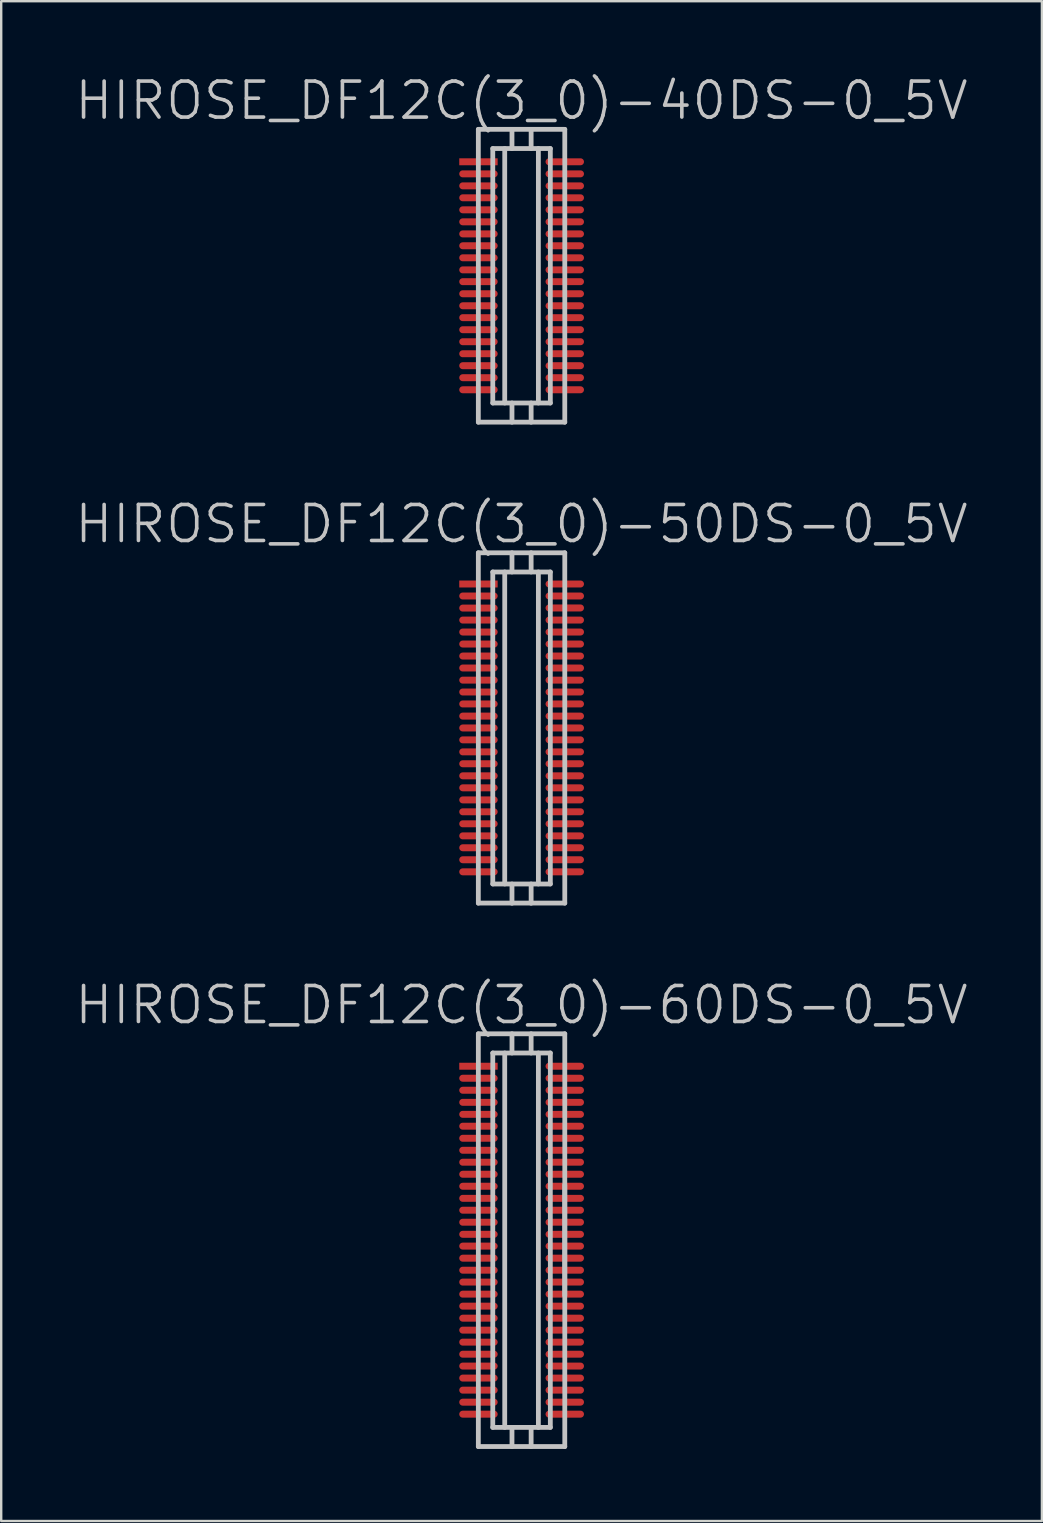
<source format=kicad_pcb>
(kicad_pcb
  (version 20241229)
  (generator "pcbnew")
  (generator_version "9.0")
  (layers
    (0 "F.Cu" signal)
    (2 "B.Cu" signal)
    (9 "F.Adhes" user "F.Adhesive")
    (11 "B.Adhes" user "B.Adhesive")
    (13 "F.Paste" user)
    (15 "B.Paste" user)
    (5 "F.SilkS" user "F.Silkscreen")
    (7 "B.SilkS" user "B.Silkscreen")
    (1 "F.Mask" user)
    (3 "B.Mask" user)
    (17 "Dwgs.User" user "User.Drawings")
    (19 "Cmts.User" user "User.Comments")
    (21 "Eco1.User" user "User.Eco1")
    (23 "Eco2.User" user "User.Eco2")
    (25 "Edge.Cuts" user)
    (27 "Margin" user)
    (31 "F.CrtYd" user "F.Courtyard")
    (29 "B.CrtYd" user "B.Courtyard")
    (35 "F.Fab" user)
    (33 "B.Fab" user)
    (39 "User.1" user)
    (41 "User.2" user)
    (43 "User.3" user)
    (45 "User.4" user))
  (footprint "HIROSE_DF12C(3_0)-40DS-0_5V"
    (layer "F.Cu")
    (at 18.682 8.441)
    (property "Reference" "HIROSE_DF12C(3_0)-40DS-0_5V" (at 0 -7.3 180) (layer "Dwgs.User") (effects (font (size 1.5 1.5) (thickness 0.15))))
    (attr smd)
    (fp_line (start -1.801 -6.101) (end 1.801 -6.101) (stroke (width 0.2) (type solid)) (layer "Dwgs.User"))
    (fp_line (start -1.801 6.101) (end -1.801 -6.101) (stroke (width 0.2) (type solid)) (layer "Dwgs.User"))
    (fp_line (start -1.199 -5.301) (end -1.199 5.301) (stroke (width 0.2) (type solid)) (layer "Dwgs.User"))
    (fp_line (start -1.199 -5.301) (end 1.199 -5.301) (stroke (width 0.2) (type solid)) (layer "Dwgs.User"))
    (fp_line (start -0.701 5.301) (end -0.701 -5.301) (stroke (width 0.2) (type solid)) (layer "Dwgs.User"))
    (fp_line (start -0.399 -5.301) (end -0.399 -6.101) (stroke (width 0.2) (type solid)) (layer "Dwgs.User"))
    (fp_line (start -0.399 6.101) (end -0.399 5.301) (stroke (width 0.2) (type solid)) (layer "Dwgs.User"))
    (fp_line (start 0.399 -5.301) (end 0.399 -6.101) (stroke (width 0.2) (type solid)) (layer "Dwgs.User"))
    (fp_line (start 0.399 5.301) (end 0.399 6.101) (stroke (width 0.2) (type solid)) (layer "Dwgs.User"))
    (fp_line (start 0.701 -5.301) (end 0.701 5.301) (stroke (width 0.2) (type solid)) (layer "Dwgs.User"))
    (fp_line (start 1.199 5.301) (end -1.199 5.301) (stroke (width 0.2) (type solid)) (layer "Dwgs.User"))
    (fp_line (start 1.199 5.301) (end 1.199 -5.301) (stroke (width 0.2) (type solid)) (layer "Dwgs.User"))
    (fp_line (start 1.801 -6.101) (end 1.801 6.101) (stroke (width 0.2) (type solid)) (layer "Dwgs.User"))
    (fp_line (start 1.801 6.099) (end -1.801 6.099) (stroke (width 0.2) (type solid)) (layer "Dwgs.User"))
    (pad "1" smd rect (at -1.796 -4.75 270) (size 0.29 1.6) (layers "F.Cu" "F.Mask" "F.Paste"))
    (pad "2" smd oval (at -1.796 -4.247 270) (size 0.29 1.6) (layers "F.Cu" "F.Mask" "F.Paste"))
    (pad "3" smd oval (at -1.796 -3.747 270) (size 0.29 1.6) (layers "F.Cu" "F.Mask" "F.Paste"))
    (pad "4" smd oval (at -1.796 -3.249 270) (size 0.29 1.6) (layers "F.Cu" "F.Mask" "F.Paste"))
    (pad "5" smd oval (at -1.796 -2.748 270) (size 0.29 1.6) (layers "F.Cu" "F.Mask" "F.Paste"))
    (pad "6" smd oval (at -1.796 -2.248 270) (size 0.29 1.6) (layers "F.Cu" "F.Mask" "F.Paste"))
    (pad "7" smd oval (at -1.796 -1.745 270) (size 0.29 1.6) (layers "F.Cu" "F.Mask" "F.Paste"))
    (pad "8" smd oval (at -1.796 -1.25 270) (size 0.29 1.6) (layers "F.Cu" "F.Mask" "F.Paste"))
    (pad "9" smd oval (at -1.796 -0.749 270) (size 0.29 1.6) (layers "F.Cu" "F.Mask" "F.Paste"))
    (pad "10" smd oval (at -1.796 -0.246 270) (size 0.29 1.6) (layers "F.Cu" "F.Mask" "F.Paste"))
    (pad "11" smd oval (at -1.796 0.246 270) (size 0.29 1.6) (layers "F.Cu" "F.Mask" "F.Paste"))
    (pad "12" smd oval (at -1.796 0.749 270) (size 0.29 1.6) (layers "F.Cu" "F.Mask" "F.Paste"))
    (pad "13" smd oval (at -1.796 1.25 270) (size 0.29 1.6) (layers "F.Cu" "F.Mask" "F.Paste"))
    (pad "14" smd oval (at -1.796 1.745 270) (size 0.29 1.6) (layers "F.Cu" "F.Mask" "F.Paste"))
    (pad "15" smd oval (at -1.796 2.248 270) (size 0.29 1.6) (layers "F.Cu" "F.Mask" "F.Paste"))
    (pad "16" smd oval (at -1.796 2.748 270) (size 0.29 1.6) (layers "F.Cu" "F.Mask" "F.Paste"))
    (pad "17" smd oval (at -1.796 3.249 270) (size 0.29 1.6) (layers "F.Cu" "F.Mask" "F.Paste"))
    (pad "18" smd oval (at -1.796 3.747 270) (size 0.29 1.6) (layers "F.Cu" "F.Mask" "F.Paste"))
    (pad "19" smd oval (at -1.796 4.247 270) (size 0.29 1.6) (layers "F.Cu" "F.Mask" "F.Paste"))
    (pad "20" smd oval (at -1.796 4.75 270) (size 0.29 1.6) (layers "F.Cu" "F.Mask" "F.Paste"))
    (pad "21" smd oval (at 1.801 4.75 270) (size 0.29 1.6) (layers "F.Cu" "F.Mask" "F.Paste"))
    (pad "22" smd oval (at 1.801 4.247 270) (size 0.29 1.6) (layers "F.Cu" "F.Mask" "F.Paste"))
    (pad "23" smd oval (at 1.801 3.747 270) (size 0.29 1.6) (layers "F.Cu" "F.Mask" "F.Paste"))
    (pad "24" smd oval (at 1.801 3.249 270) (size 0.29 1.6) (layers "F.Cu" "F.Mask" "F.Paste"))
    (pad "25" smd oval (at 1.801 2.748 270) (size 0.29 1.6) (layers "F.Cu" "F.Mask" "F.Paste"))
    (pad "26" smd oval (at 1.801 2.248 270) (size 0.29 1.6) (layers "F.Cu" "F.Mask" "F.Paste"))
    (pad "27" smd oval (at 1.801 1.745 270) (size 0.29 1.6) (layers "F.Cu" "F.Mask" "F.Paste"))
    (pad "28" smd oval (at 1.801 1.25 270) (size 0.29 1.6) (layers "F.Cu" "F.Mask" "F.Paste"))
    (pad "29" smd oval (at 1.801 0.749 270) (size 0.29 1.6) (layers "F.Cu" "F.Mask" "F.Paste"))
    (pad "30" smd oval (at 1.801 0.246 270) (size 0.29 1.6) (layers "F.Cu" "F.Mask" "F.Paste"))
    (pad "31" smd oval (at 1.801 -0.246 270) (size 0.29 1.6) (layers "F.Cu" "F.Mask" "F.Paste"))
    (pad "32" smd oval (at 1.801 -0.749 270) (size 0.29 1.6) (layers "F.Cu" "F.Mask" "F.Paste"))
    (pad "33" smd oval (at 1.801 -1.25 270) (size 0.29 1.6) (layers "F.Cu" "F.Mask" "F.Paste"))
    (pad "34" smd oval (at 1.801 -1.745 270) (size 0.29 1.6) (layers "F.Cu" "F.Mask" "F.Paste"))
    (pad "35" smd oval (at 1.801 -2.248 270) (size 0.29 1.6) (layers "F.Cu" "F.Mask" "F.Paste"))
    (pad "36" smd oval (at 1.801 -2.748 270) (size 0.29 1.6) (layers "F.Cu" "F.Mask" "F.Paste"))
    (pad "37" smd oval (at 1.801 -3.249 270) (size 0.29 1.6) (layers "F.Cu" "F.Mask" "F.Paste"))
    (pad "38" smd oval (at 1.801 -3.747 270) (size 0.29 1.6) (layers "F.Cu" "F.Mask" "F.Paste"))
    (pad "39" smd oval (at 1.801 -4.247 270) (size 0.29 1.6) (layers "F.Cu" "F.Mask" "F.Paste"))
    (pad "40" smd oval (at 1.801 -4.75 270) (size 0.29 1.6) (layers "F.Cu" "F.Mask" "F.Paste")))
  (footprint "HIROSE_DF12C(3_0)-50DS-0_5V"
    (layer "F.Cu")
    (at 18.682 27.283)
    (property "Reference" "HIROSE_DF12C(3_0)-50DS-0_5V" (at 0 -8.5 180) (layer "Dwgs.User") (effects (font (size 1.5 1.5) (thickness 0.15))))
    (attr smd)
    (fp_line (start -1.801 -7.3) (end -1.801 7.3) (stroke (width 0.2) (type solid)) (layer "Dwgs.User"))
    (fp_line (start -1.801 -7.3) (end 1.801 -7.3) (stroke (width 0.2) (type solid)) (layer "Dwgs.User"))
    (fp_line (start -1.199 -6.5) (end 1.199 -6.5) (stroke (width 0.2) (type solid)) (layer "Dwgs.User"))
    (fp_line (start -1.199 6.5) (end -1.199 -6.5) (stroke (width 0.2) (type solid)) (layer "Dwgs.User"))
    (fp_line (start -0.701 -6.5) (end -0.701 6.5) (stroke (width 0.2) (type solid)) (layer "Dwgs.User"))
    (fp_line (start -0.399 -6.5) (end -0.399 -7.3) (stroke (width 0.2) (type solid)) (layer "Dwgs.User"))
    (fp_line (start -0.399 7.303) (end -0.399 6.502) (stroke (width 0.2) (type solid)) (layer "Dwgs.User"))
    (fp_line (start 0.399 -6.5) (end 0.399 -7.3) (stroke (width 0.2) (type solid)) (layer "Dwgs.User"))
    (fp_line (start 0.399 6.502) (end 0.399 7.303) (stroke (width 0.2) (type solid)) (layer "Dwgs.User"))
    (fp_line (start 0.701 -6.5) (end 0.701 6.5) (stroke (width 0.2) (type solid)) (layer "Dwgs.User"))
    (fp_line (start 1.199 -6.5) (end 1.199 6.5) (stroke (width 0.2) (type solid)) (layer "Dwgs.User"))
    (fp_line (start 1.199 6.5) (end -1.199 6.5) (stroke (width 0.2) (type solid)) (layer "Dwgs.User"))
    (fp_line (start 1.801 7.297) (end -1.801 7.297) (stroke (width 0.2) (type solid)) (layer "Dwgs.User"))
    (fp_line (start 1.801 7.3) (end 1.801 -7.3) (stroke (width 0.2) (type solid)) (layer "Dwgs.User"))
    (pad "1" smd rect (at -1.796 -5.999 270) (size 0.29 1.6) (layers "F.Cu" "F.Mask" "F.Paste"))
    (pad "2" smd oval (at -1.796 -5.499 270) (size 0.29 1.6) (layers "F.Cu" "F.Mask" "F.Paste"))
    (pad "3" smd oval (at -1.796 -4.996 270) (size 0.29 1.6) (layers "F.Cu" "F.Mask" "F.Paste"))
    (pad "4" smd oval (at -1.796 -4.496 270) (size 0.29 1.6) (layers "F.Cu" "F.Mask" "F.Paste"))
    (pad "5" smd oval (at -1.796 -3.998 270) (size 0.29 1.6) (layers "F.Cu" "F.Mask" "F.Paste"))
    (pad "6" smd oval (at -1.796 -3.498 270) (size 0.29 1.6) (layers "F.Cu" "F.Mask" "F.Paste"))
    (pad "7" smd oval (at -1.796 -2.997 270) (size 0.29 1.6) (layers "F.Cu" "F.Mask" "F.Paste"))
    (pad "8" smd oval (at -1.796 -2.499 270) (size 0.29 1.6) (layers "F.Cu" "F.Mask" "F.Paste"))
    (pad "9" smd oval (at -1.796 -1.994 270) (size 0.29 1.6) (layers "F.Cu" "F.Mask" "F.Paste"))
    (pad "10" smd oval (at -1.796 -1.499 270) (size 0.29 1.6) (layers "F.Cu" "F.Mask" "F.Paste"))
    (pad "11" smd oval (at -1.796 -1.001 270) (size 0.29 1.6) (layers "F.Cu" "F.Mask" "F.Paste"))
    (pad "12" smd oval (at -1.796 -0.495 270) (size 0.29 1.6) (layers "F.Cu" "F.Mask" "F.Paste"))
    (pad "13" smd oval (at -1.796 0 270) (size 0.29 1.6) (layers "F.Cu" "F.Mask" "F.Paste"))
    (pad "14" smd oval (at -1.796 0.495 270) (size 0.29 1.6) (layers "F.Cu" "F.Mask" "F.Paste"))
    (pad "15" smd oval (at -1.796 0.996 270) (size 0.29 1.6) (layers "F.Cu" "F.Mask" "F.Paste"))
    (pad "16" smd oval (at -1.796 1.491 270) (size 0.29 1.6) (layers "F.Cu" "F.Mask" "F.Paste"))
    (pad "17" smd oval (at -1.796 1.994 270) (size 0.29 1.6) (layers "F.Cu" "F.Mask" "F.Paste"))
    (pad "18" smd oval (at -1.796 2.494 270) (size 0.29 1.6) (layers "F.Cu" "F.Mask" "F.Paste"))
    (pad "19" smd oval (at -1.796 2.997 270) (size 0.29 1.6) (layers "F.Cu" "F.Mask" "F.Paste"))
    (pad "20" smd oval (at -1.796 3.493 270) (size 0.29 1.6) (layers "F.Cu" "F.Mask" "F.Paste"))
    (pad "21" smd oval (at -1.796 3.993 270) (size 0.29 1.6) (layers "F.Cu" "F.Mask" "F.Paste"))
    (pad "22" smd oval (at -1.796 4.496 270) (size 0.29 1.6) (layers "F.Cu" "F.Mask" "F.Paste"))
    (pad "23" smd oval (at -1.796 4.991 270) (size 0.29 1.6) (layers "F.Cu" "F.Mask" "F.Paste"))
    (pad "24" smd oval (at -1.796 5.491 270) (size 0.29 1.6) (layers "F.Cu" "F.Mask" "F.Paste"))
    (pad "25" smd oval (at -1.796 5.994 270) (size 0.29 1.6) (layers "F.Cu" "F.Mask" "F.Paste"))
    (pad "26" smd oval (at 1.801 5.994 270) (size 0.29 1.6) (layers "F.Cu" "F.Mask" "F.Paste"))
    (pad "27" smd oval (at 1.801 5.491 270) (size 0.29 1.6) (layers "F.Cu" "F.Mask" "F.Paste"))
    (pad "28" smd oval (at 1.801 4.991 270) (size 0.29 1.6) (layers "F.Cu" "F.Mask" "F.Paste"))
    (pad "29" smd oval (at 1.801 4.496 270) (size 0.29 1.6) (layers "F.Cu" "F.Mask" "F.Paste"))
    (pad "30" smd oval (at 1.801 3.993 270) (size 0.29 1.6) (layers "F.Cu" "F.Mask" "F.Paste"))
    (pad "31" smd oval (at 1.801 3.493 270) (size 0.29 1.6) (layers "F.Cu" "F.Mask" "F.Paste"))
    (pad "32" smd oval (at 1.801 2.997 270) (size 0.29 1.6) (layers "F.Cu" "F.Mask" "F.Paste"))
    (pad "33" smd oval (at 1.801 2.494 270) (size 0.29 1.6) (layers "F.Cu" "F.Mask" "F.Paste"))
    (pad "34" smd oval (at 1.801 1.994 270) (size 0.29 1.6) (layers "F.Cu" "F.Mask" "F.Paste"))
    (pad "35" smd oval (at 1.801 1.491 270) (size 0.29 1.6) (layers "F.Cu" "F.Mask" "F.Paste"))
    (pad "36" smd oval (at 1.801 0.996 270) (size 0.29 1.6) (layers "F.Cu" "F.Mask" "F.Paste"))
    (pad "37" smd oval (at 1.801 0.495 270) (size 0.29 1.6) (layers "F.Cu" "F.Mask" "F.Paste"))
    (pad "38" smd oval (at 1.801 0 270) (size 0.29 1.6) (layers "F.Cu" "F.Mask" "F.Paste"))
    (pad "39" smd oval (at 1.801 -0.495 270) (size 0.29 1.6) (layers "F.Cu" "F.Mask" "F.Paste"))
    (pad "40" smd oval (at 1.801 -1.001 270) (size 0.29 1.6) (layers "F.Cu" "F.Mask" "F.Paste"))
    (pad "41" smd oval (at 1.801 -1.499 270) (size 0.29 1.6) (layers "F.Cu" "F.Mask" "F.Paste"))
    (pad "42" smd oval (at 1.801 -1.994 270) (size 0.29 1.6) (layers "F.Cu" "F.Mask" "F.Paste"))
    (pad "43" smd oval (at 1.801 -2.499 270) (size 0.29 1.6) (layers "F.Cu" "F.Mask" "F.Paste"))
    (pad "44" smd oval (at 1.801 -2.997 270) (size 0.29 1.6) (layers "F.Cu" "F.Mask" "F.Paste"))
    (pad "45" smd oval (at 1.801 -3.498 270) (size 0.29 1.6) (layers "F.Cu" "F.Mask" "F.Paste"))
    (pad "46" smd oval (at 1.801 -3.998 270) (size 0.29 1.6) (layers "F.Cu" "F.Mask" "F.Paste"))
    (pad "47" smd oval (at 1.801 -4.496 270) (size 0.29 1.6) (layers "F.Cu" "F.Mask" "F.Paste"))
    (pad "48" smd oval (at 1.801 -5.001 270) (size 0.29 1.6) (layers "F.Cu" "F.Mask" "F.Paste"))
    (pad "49" smd oval (at 1.801 -5.499 270) (size 0.29 1.6) (layers "F.Cu" "F.Mask" "F.Paste"))
    (pad "50" smd oval (at 1.801 -5.999 270) (size 0.29 1.6) (layers "F.Cu" "F.Mask" "F.Paste")))
  (footprint "HIROSE_DF12C(3_0)-60DS-0_5V"
    (layer "F.Cu")
    (at 18.682 48.626)
    (property "Reference" "HIROSE_DF12C(3_0)-60DS-0_5V" (at 0 -9.8 180) (layer "Dwgs.User") (effects (font (size 1.5 1.5) (thickness 0.15))))
    (attr smd)
    (fp_line (start -1.801 -8.6) (end -1.801 8.6) (stroke (width 0.2) (type solid)) (layer "Dwgs.User"))
    (fp_line (start -1.801 -8.6) (end 1.801 -8.6) (stroke (width 0.2) (type solid)) (layer "Dwgs.User"))
    (fp_line (start -1.199 -7.8) (end 1.199 -7.8) (stroke (width 0.2) (type solid)) (layer "Dwgs.User"))
    (fp_line (start -1.199 7.8) (end -1.199 -7.8) (stroke (width 0.2) (type solid)) (layer "Dwgs.User"))
    (fp_line (start -0.701 -7.8) (end -0.701 7.8) (stroke (width 0.2) (type solid)) (layer "Dwgs.User"))
    (fp_line (start -0.399 -7.8) (end -0.399 -8.6) (stroke (width 0.2) (type solid)) (layer "Dwgs.User"))
    (fp_line (start -0.399 8.6) (end -0.399 7.8) (stroke (width 0.2) (type solid)) (layer "Dwgs.User"))
    (fp_line (start 0.399 -7.8) (end 0.399 -8.6) (stroke (width 0.2) (type solid)) (layer "Dwgs.User"))
    (fp_line (start 0.399 7.8) (end 0.399 8.6) (stroke (width 0.2) (type solid)) (layer "Dwgs.User"))
    (fp_line (start 0.701 -7.8) (end 0.701 7.8) (stroke (width 0.2) (type solid)) (layer "Dwgs.User"))
    (fp_line (start 1.199 7.8) (end -1.199 7.8) (stroke (width 0.2) (type solid)) (layer "Dwgs.User"))
    (fp_line (start 1.199 7.8) (end 1.199 -7.8) (stroke (width 0.2) (type solid)) (layer "Dwgs.User"))
    (fp_line (start 1.801 -8.6) (end 1.801 8.6) (stroke (width 0.2) (type solid)) (layer "Dwgs.User"))
    (fp_line (start 1.801 -2.301) (end 1.801 2.301) (stroke (width 0.2) (type solid)) (layer "Dwgs.User"))
    (fp_line (start 1.801 8.598) (end -1.801 8.598) (stroke (width 0.2) (type solid)) (layer "Dwgs.User"))
    (pad "1" smd rect (at -1.796 -7.249 270) (size 0.29 1.6) (layers "F.Cu" "F.Mask" "F.Paste"))
    (pad "2" smd oval (at -1.796 -6.749 270) (size 0.29 1.6) (layers "F.Cu" "F.Mask" "F.Paste"))
    (pad "3" smd oval (at -1.796 -6.248 270) (size 0.29 1.6) (layers "F.Cu" "F.Mask" "F.Paste"))
    (pad "4" smd oval (at -1.796 -5.745 270) (size 0.29 1.6) (layers "F.Cu" "F.Mask" "F.Paste"))
    (pad "5" smd oval (at -1.796 -5.245 270) (size 0.29 1.6) (layers "F.Cu" "F.Mask" "F.Paste"))
    (pad "6" smd oval (at -1.796 -4.75 270) (size 0.29 1.6) (layers "F.Cu" "F.Mask" "F.Paste"))
    (pad "7" smd oval (at -1.796 -4.247 270) (size 0.29 1.6) (layers "F.Cu" "F.Mask" "F.Paste"))
    (pad "8" smd oval (at -1.796 -3.747 270) (size 0.29 1.6) (layers "F.Cu" "F.Mask" "F.Paste"))
    (pad "9" smd oval (at -1.796 -3.249 270) (size 0.29 1.6) (layers "F.Cu" "F.Mask" "F.Paste"))
    (pad "10" smd oval (at -1.796 -2.748 270) (size 0.29 1.6) (layers "F.Cu" "F.Mask" "F.Paste"))
    (pad "11" smd oval (at -1.796 -2.248 270) (size 0.29 1.6) (layers "F.Cu" "F.Mask" "F.Paste"))
    (pad "12" smd oval (at -1.796 -1.745 270) (size 0.29 1.6) (layers "F.Cu" "F.Mask" "F.Paste"))
    (pad "13" smd oval (at -1.796 -1.25 270) (size 0.29 1.6) (layers "F.Cu" "F.Mask" "F.Paste"))
    (pad "14" smd oval (at -1.796 -0.749 270) (size 0.29 1.6) (layers "F.Cu" "F.Mask" "F.Paste"))
    (pad "15" smd oval (at -1.796 -0.246 270) (size 0.29 1.6) (layers "F.Cu" "F.Mask" "F.Paste"))
    (pad "16" smd oval (at -1.796 0.246 270) (size 0.29 1.6) (layers "F.Cu" "F.Mask" "F.Paste"))
    (pad "17" smd oval (at -1.796 0.749 270) (size 0.29 1.6) (layers "F.Cu" "F.Mask" "F.Paste"))
    (pad "18" smd oval (at -1.796 1.25 270) (size 0.29 1.6) (layers "F.Cu" "F.Mask" "F.Paste"))
    (pad "19" smd oval (at -1.796 1.745 270) (size 0.29 1.6) (layers "F.Cu" "F.Mask" "F.Paste"))
    (pad "20" smd oval (at -1.796 2.248 270) (size 0.29 1.6) (layers "F.Cu" "F.Mask" "F.Paste"))
    (pad "21" smd oval (at -1.796 2.748 270) (size 0.29 1.6) (layers "F.Cu" "F.Mask" "F.Paste"))
    (pad "22" smd oval (at -1.796 3.249 270) (size 0.29 1.6) (layers "F.Cu" "F.Mask" "F.Paste"))
    (pad "23" smd oval (at -1.796 3.747 270) (size 0.29 1.6) (layers "F.Cu" "F.Mask" "F.Paste"))
    (pad "24" smd oval (at -1.796 4.247 270) (size 0.29 1.6) (layers "F.Cu" "F.Mask" "F.Paste"))
    (pad "25" smd oval (at -1.796 4.75 270) (size 0.29 1.6) (layers "F.Cu" "F.Mask" "F.Paste"))
    (pad "26" smd oval (at -1.796 5.245 270) (size 0.29 1.6) (layers "F.Cu" "F.Mask" "F.Paste"))
    (pad "27" smd oval (at -1.796 5.745 270) (size 0.29 1.6) (layers "F.Cu" "F.Mask" "F.Paste"))
    (pad "28" smd oval (at -1.796 6.248 270) (size 0.29 1.6) (layers "F.Cu" "F.Mask" "F.Paste"))
    (pad "29" smd oval (at -1.796 6.749 270) (size 0.29 1.6) (layers "F.Cu" "F.Mask" "F.Paste"))
    (pad "30" smd oval (at -1.796 7.249 270) (size 0.29 1.6) (layers "F.Cu" "F.Mask" "F.Paste"))
    (pad "31" smd oval (at 1.801 7.249 270) (size 0.29 1.6) (layers "F.Cu" "F.Mask" "F.Paste"))
    (pad "32" smd oval (at 1.801 6.749 270) (size 0.29 1.6) (layers "F.Cu" "F.Mask" "F.Paste"))
    (pad "33" smd oval (at 1.801 6.248 270) (size 0.29 1.6) (layers "F.Cu" "F.Mask" "F.Paste"))
    (pad "34" smd oval (at 1.801 5.745 270) (size 0.29 1.6) (layers "F.Cu" "F.Mask" "F.Paste"))
    (pad "35" smd oval (at 1.801 5.245 270) (size 0.29 1.6) (layers "F.Cu" "F.Mask" "F.Paste"))
    (pad "36" smd oval (at 1.801 4.75 270) (size 0.29 1.6) (layers "F.Cu" "F.Mask" "F.Paste"))
    (pad "37" smd oval (at 1.801 4.247 270) (size 0.29 1.6) (layers "F.Cu" "F.Mask" "F.Paste"))
    (pad "38" smd oval (at 1.801 3.747 270) (size 0.29 1.6) (layers "F.Cu" "F.Mask" "F.Paste"))
    (pad "39" smd oval (at 1.801 3.249 270) (size 0.29 1.6) (layers "F.Cu" "F.Mask" "F.Paste"))
    (pad "40" smd oval (at 1.801 2.748 270) (size 0.29 1.6) (layers "F.Cu" "F.Mask" "F.Paste"))
    (pad "41" smd oval (at 1.801 2.248 270) (size 0.29 1.6) (layers "F.Cu" "F.Mask" "F.Paste"))
    (pad "42" smd oval (at 1.801 1.745 270) (size 0.29 1.6) (layers "F.Cu" "F.Mask" "F.Paste"))
    (pad "43" smd oval (at 1.801 1.25 270) (size 0.29 1.6) (layers "F.Cu" "F.Mask" "F.Paste"))
    (pad "44" smd oval (at 1.801 0.749 270) (size 0.29 1.6) (layers "F.Cu" "F.Mask" "F.Paste"))
    (pad "45" smd oval (at 1.801 0.246 270) (size 0.29 1.6) (layers "F.Cu" "F.Mask" "F.Paste"))
    (pad "46" smd oval (at 1.801 -0.246 270) (size 0.29 1.6) (layers "F.Cu" "F.Mask" "F.Paste"))
    (pad "47" smd oval (at 1.801 -0.749 270) (size 0.29 1.6) (layers "F.Cu" "F.Mask" "F.Paste"))
    (pad "48" smd oval (at 1.801 -1.25 270) (size 0.29 1.6) (layers "F.Cu" "F.Mask" "F.Paste"))
    (pad "49" smd oval (at 1.801 -1.745 270) (size 0.29 1.6) (layers "F.Cu" "F.Mask" "F.Paste"))
    (pad "50" smd oval (at 1.801 -2.248 270) (size 0.29 1.6) (layers "F.Cu" "F.Mask" "F.Paste"))
    (pad "51" smd oval (at 1.801 -2.748 270) (size 0.29 1.6) (layers "F.Cu" "F.Mask" "F.Paste"))
    (pad "52" smd oval (at 1.801 -3.249 270) (size 0.29 1.6) (layers "F.Cu" "F.Mask" "F.Paste"))
    (pad "53" smd oval (at 1.801 -3.747 270) (size 0.29 1.6) (layers "F.Cu" "F.Mask" "F.Paste"))
    (pad "54" smd oval (at 1.801 -4.247 270) (size 0.29 1.6) (layers "F.Cu" "F.Mask" "F.Paste"))
    (pad "55" smd oval (at 1.801 -4.75 270) (size 0.29 1.6) (layers "F.Cu" "F.Mask" "F.Paste"))
    (pad "56" smd oval (at 1.801 -5.245 270) (size 0.29 1.6) (layers "F.Cu" "F.Mask" "F.Paste"))
    (pad "57" smd oval (at 1.801 -5.745 270) (size 0.29 1.6) (layers "F.Cu" "F.Mask" "F.Paste"))
    (pad "58" smd oval (at 1.801 -6.248 270) (size 0.29 1.6) (layers "F.Cu" "F.Mask" "F.Paste"))
    (pad "59" smd oval (at 1.801 -6.749 270) (size 0.29 1.6) (layers "F.Cu" "F.Mask" "F.Paste"))
    (pad "60" smd oval (at 1.801 -7.249 270) (size 0.29 1.6) (layers "F.Cu" "F.Mask" "F.Paste")))
  (gr_rect
    (start -3 -3)
    (end 40.364 60.326)
    (stroke (width 0.1) (type default))
    (fill no)
    (layer "Edge.Cuts")))
</source>
